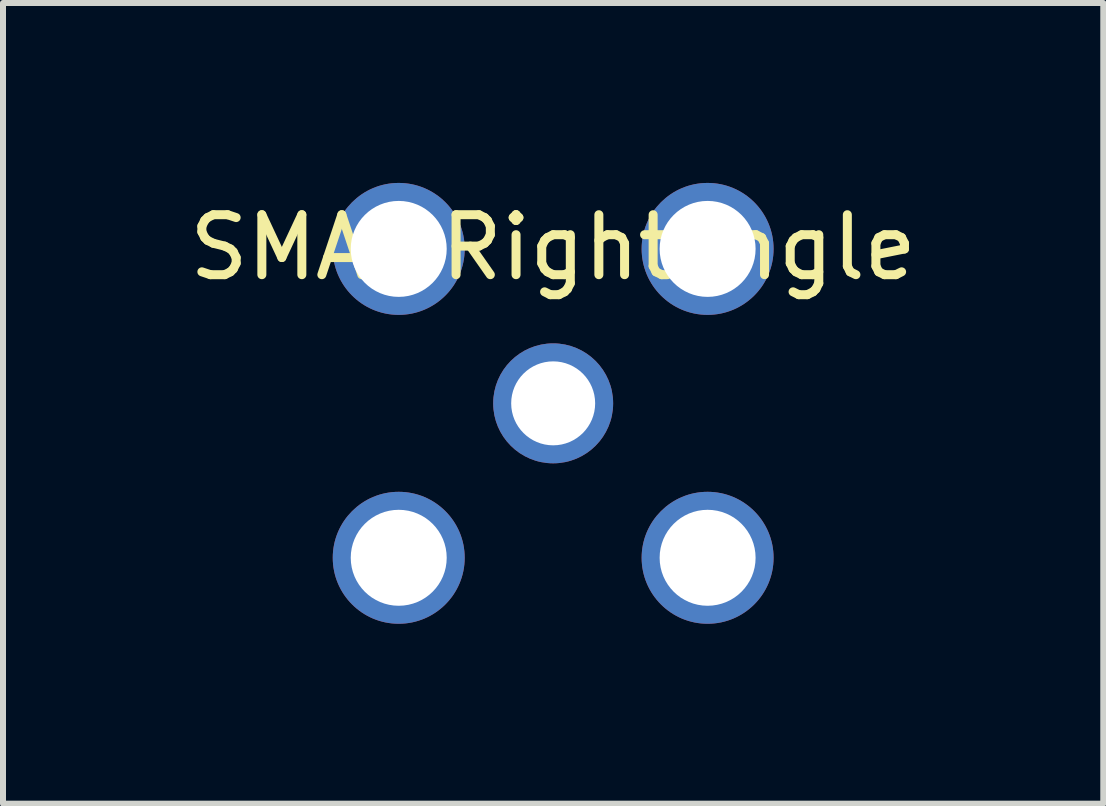
<source format=kicad_pcb>
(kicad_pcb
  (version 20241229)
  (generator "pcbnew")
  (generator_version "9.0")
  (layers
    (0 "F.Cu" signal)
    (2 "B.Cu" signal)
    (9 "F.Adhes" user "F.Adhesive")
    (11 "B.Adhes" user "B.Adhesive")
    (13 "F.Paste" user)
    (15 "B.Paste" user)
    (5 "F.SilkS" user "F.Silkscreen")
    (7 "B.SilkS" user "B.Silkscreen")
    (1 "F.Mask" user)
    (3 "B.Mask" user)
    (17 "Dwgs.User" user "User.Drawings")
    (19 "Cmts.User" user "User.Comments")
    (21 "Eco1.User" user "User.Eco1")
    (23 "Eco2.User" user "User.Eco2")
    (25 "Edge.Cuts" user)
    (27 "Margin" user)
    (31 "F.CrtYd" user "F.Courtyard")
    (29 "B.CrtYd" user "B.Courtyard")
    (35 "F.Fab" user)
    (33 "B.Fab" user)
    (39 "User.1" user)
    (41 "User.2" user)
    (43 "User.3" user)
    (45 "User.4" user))
  (footprint "SMA-RightAngle"
    (layer "F.Cu")
    (at 6.173 3.675)
    (property "Reference" "SMA-RightAngle" (at 0 -2.6 0) (unlocked yes) (layer "F.SilkS") (effects (font (size 1 1) (thickness 0.15))))
    (attr through_hole)
    (pad "1" thru_hole circle (at 0 0) (size 2 2) (drill 1.4) (layers "*.Cu" "*.Mask"))
    (pad "2" thru_hole circle (at -2.575 -2.575) (size 2.2 2.2) (drill 1.6) (layers "*.Cu" "*.Mask"))
    (pad "2" thru_hole circle (at -2.575 2.575) (size 2.2 2.2) (drill 1.6) (layers "*.Cu" "*.Mask"))
    (pad "2" thru_hole circle (at 2.575 -2.575) (size 2.2 2.2) (drill 1.6) (layers "*.Cu" "*.Mask"))
    (pad "2" thru_hole circle (at 2.575 2.575) (size 2.2 2.2) (drill 1.6) (layers "*.Cu" "*.Mask")))
  (gr_rect
    (start -3 -3)
    (end 15.345 10.35)
    (stroke (width 0.1) (type default))
    (fill no)
    (layer "Edge.Cuts")))
</source>
